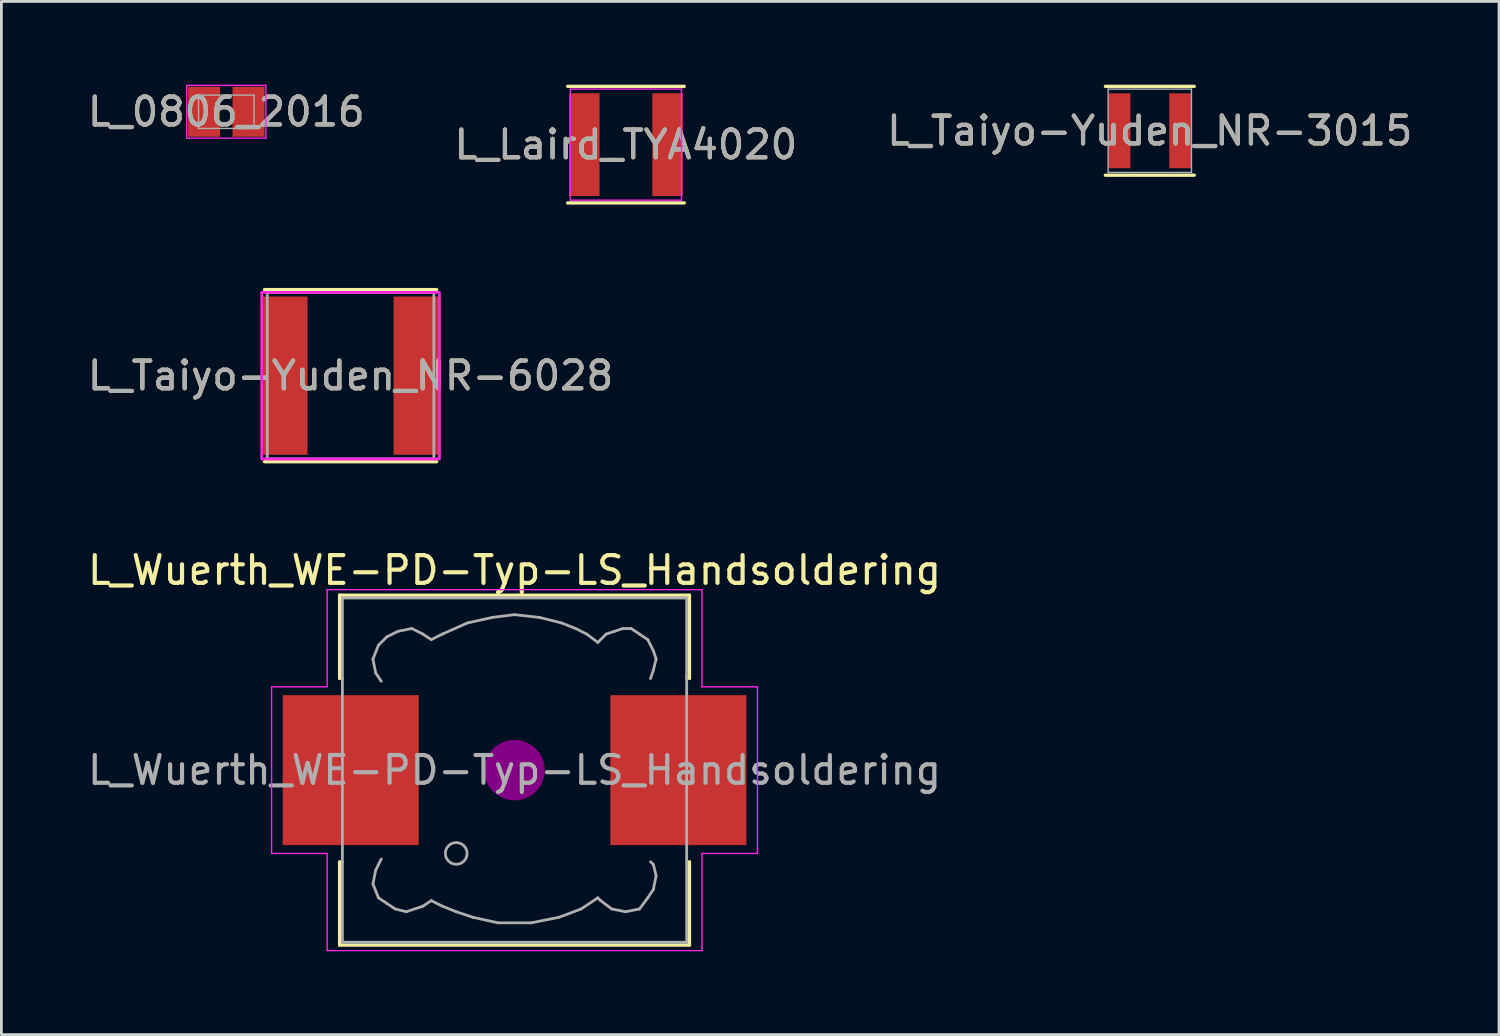
<source format=kicad_pcb>
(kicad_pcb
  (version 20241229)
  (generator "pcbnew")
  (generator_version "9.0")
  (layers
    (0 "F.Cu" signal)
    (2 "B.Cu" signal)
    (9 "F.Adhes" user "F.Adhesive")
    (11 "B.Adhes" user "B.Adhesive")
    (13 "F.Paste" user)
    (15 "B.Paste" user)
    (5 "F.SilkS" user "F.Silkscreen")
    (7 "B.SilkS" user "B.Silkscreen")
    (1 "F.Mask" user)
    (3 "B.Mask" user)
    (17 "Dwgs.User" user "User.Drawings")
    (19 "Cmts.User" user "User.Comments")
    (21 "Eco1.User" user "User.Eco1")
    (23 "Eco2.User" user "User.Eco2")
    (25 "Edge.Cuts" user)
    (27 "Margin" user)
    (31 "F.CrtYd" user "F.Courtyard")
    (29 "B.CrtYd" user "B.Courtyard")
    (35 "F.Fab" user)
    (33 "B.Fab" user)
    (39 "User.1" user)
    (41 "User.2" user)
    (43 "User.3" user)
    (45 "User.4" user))
  (footprint "L_Taiyo-Yuden_NR-3015"
    (layer "F.Cu")
    (at 38.363 1.66)
    (property "Reference" "L_Taiyo-Yuden_NR-3015" (at 0 0 0) (layer "F.SilkS") (effects (font (size 1 1) (thickness 0.15))))
    (attr smd)
    (fp_line (start -1.6 -1.6) (end 1.6 -1.6) (stroke (width 0.12) (type solid)) (layer "F.SilkS"))
    (fp_line (start -1.6 1.6) (end 1.6 1.6) (stroke (width 0.12) (type solid)) (layer "F.SilkS"))
    (fp_line (start -1.5 -1.5) (end -1.5 1.5) (stroke (width 0.05) (type solid)) (layer "F.Fab"))
    (fp_line (start -1.5 1.5) (end 1.5 1.5) (stroke (width 0.05) (type solid)) (layer "F.Fab"))
    (fp_line (start 1.5 -1.5) (end -1.5 -1.5) (stroke (width 0.05) (type solid)) (layer "F.Fab"))
    (fp_line (start 1.5 1.5) (end 1.5 -1.5) (stroke (width 0.05) (type solid)) (layer "F.Fab"))
    (fp_text user "${REFERENCE}" (at 0 0 0) (layer "F.Fab") (effects (font (size 1 1) (thickness 0.15))))
    (pad "1" smd rect (at -1.1 0) (size 0.8 2.7) (layers "F.Cu" "F.Mask" "F.Paste"))
    (pad "2" smd rect (at 1.1 0) (size 0.8 2.7) (layers "F.Cu" "F.Mask" "F.Paste")))
  (footprint "L_0806_2016"
    (layer "F.Cu")
    (at 5.101 0.975)
    (property "Reference" "L_0806_2016" (at 0 0 0) (layer "F.SilkS") (effects (font (size 1 1) (thickness 0.15))))
    (attr smd)
    (fp_line (start -1.425 -0.95) (end 1.425 -0.95) (stroke (width 0.05) (type solid)) (layer "F.CrtYd"))
    (fp_line (start -1.425 0.95) (end -1.425 -0.95) (stroke (width 0.05) (type solid)) (layer "F.CrtYd"))
    (fp_line (start 1.425 -0.95) (end 1.425 0.95) (stroke (width 0.05) (type solid)) (layer "F.CrtYd"))
    (fp_line (start 1.425 0.95) (end -1.425 0.95) (stroke (width 0.05) (type solid)) (layer "F.CrtYd"))
    (fp_line (start -1 -0.6) (end 1 -0.6) (stroke (width 0.05) (type solid)) (layer "F.Fab"))
    (fp_line (start -1 0.6) (end -1 -0.6) (stroke (width 0.05) (type solid)) (layer "F.Fab"))
    (fp_line (start 1 -0.6) (end 1 0.6) (stroke (width 0.05) (type solid)) (layer "F.Fab"))
    (fp_line (start 1 0.6) (end -1 0.6) (stroke (width 0.05) (type solid)) (layer "F.Fab"))
    (fp_text user "${REFERENCE}" (at 0 0 0) (layer "F.Fab") (effects (font (size 1 1) (thickness 0.15))))
    (pad "1" smd rect (at -0.8 0) (size 1.15 1.8) (layers "F.Cu" "F.Mask" "F.Paste"))
    (pad "2" smd rect (at 0.8 0) (size 1.15 1.8) (layers "F.Cu" "F.Mask" "F.Paste")))
  (footprint "L_Wuerth_WE-PD-Typ-LS_Handsoldering"
    (layer "F.Cu")
    (at 15.482 24.688)
    (property "Reference" "L_Wuerth_WE-PD-Typ-LS_Handsoldering" (at 0 -7.2 0) (layer "F.SilkS") (effects (font (size 1 1) (thickness 0.15))))
    (attr smd)
    (fp_line (start -6.3 -6.3) (end 6.3 -6.3) (stroke (width 0.12) (type solid)) (layer "F.SilkS"))
    (fp_line (start -6.3 -3.3) (end -6.3 -6.3) (stroke (width 0.12) (type solid)) (layer "F.SilkS"))
    (fp_line (start -6.3 6.3) (end -6.3 3.3) (stroke (width 0.12) (type solid)) (layer "F.SilkS"))
    (fp_line (start 6.3 -6.3) (end 6.3 -3.3) (stroke (width 0.12) (type solid)) (layer "F.SilkS"))
    (fp_line (start 6.3 3.3) (end 6.3 6.3) (stroke (width 0.12) (type solid)) (layer "F.SilkS"))
    (fp_line (start 6.3 6.3) (end -6.3 6.3) (stroke (width 0.12) (type solid)) (layer "F.SilkS"))
    (fp_circle (center 0 0) (end 0.15 0.15) (stroke (width 0.38) (type solid)) (fill no) (layer "F.Adhes"))
    (fp_circle (center 0 0) (end 0.55 0) (stroke (width 0.38) (type solid)) (fill no) (layer "F.Adhes"))
    (fp_circle (center 0 0) (end 0.9 0) (stroke (width 0.38) (type solid)) (fill no) (layer "F.Adhes"))
    (fp_line (start -8.75 -3) (end -6.75 -3) (stroke (width 0.05) (type solid)) (layer "F.CrtYd"))
    (fp_line (start -8.75 3) (end -8.75 -3) (stroke (width 0.05) (type solid)) (layer "F.CrtYd"))
    (fp_line (start -6.75 -6.5) (end 6.75 -6.5) (stroke (width 0.05) (type solid)) (layer "F.CrtYd"))
    (fp_line (start -6.75 -3) (end -6.75 -6.5) (stroke (width 0.05) (type solid)) (layer "F.CrtYd"))
    (fp_line (start -6.75 3) (end -8.75 3) (stroke (width 0.05) (type solid)) (layer "F.CrtYd"))
    (fp_line (start -6.75 6.5) (end -6.75 3) (stroke (width 0.05) (type solid)) (layer "F.CrtYd"))
    (fp_line (start 6.75 -6.5) (end 6.75 -3) (stroke (width 0.05) (type solid)) (layer "F.CrtYd"))
    (fp_line (start 6.75 -3) (end 8.75 -3) (stroke (width 0.05) (type solid)) (layer "F.CrtYd"))
    (fp_line (start 6.75 3) (end 6.75 6.5) (stroke (width 0.05) (type solid)) (layer "F.CrtYd"))
    (fp_line (start 6.75 6.5) (end -6.75 6.5) (stroke (width 0.05) (type solid)) (layer "F.CrtYd"))
    (fp_line (start 8.75 -3) (end 8.75 3) (stroke (width 0.05) (type solid)) (layer "F.CrtYd"))
    (fp_line (start 8.75 3) (end 6.75 3) (stroke (width 0.05) (type solid)) (layer "F.CrtYd"))
    (fp_line (start -6.2 -6.2) (end -6.2 -3.3) (stroke (width 0.1) (type solid)) (layer "F.Fab"))
    (fp_line (start -6.2 -3.3) (end -6.2 3.3) (stroke (width 0.1) (type solid)) (layer "F.Fab"))
    (fp_line (start -6.2 3.3) (end -6.2 6.2) (stroke (width 0.1) (type solid)) (layer "F.Fab"))
    (fp_line (start -6.2 6.2) (end 6.2 6.2) (stroke (width 0.1) (type solid)) (layer "F.Fab"))
    (fp_line (start -5.1 -4) (end -5 -3.5) (stroke (width 0.1) (type solid)) (layer "F.Fab"))
    (fp_line (start -5.1 4.1) (end -5 3.6) (stroke (width 0.1) (type solid)) (layer "F.Fab"))
    (fp_line (start -5 -3.5) (end -4.8 -3.2) (stroke (width 0.1) (type solid)) (layer "F.Fab"))
    (fp_line (start -5 3.6) (end -4.8 3.2) (stroke (width 0.1) (type solid)) (layer "F.Fab"))
    (fp_line (start -4.9 -4.5) (end -5.1 -4) (stroke (width 0.1) (type solid)) (layer "F.Fab"))
    (fp_line (start -4.9 4.6) (end -5.1 4.1) (stroke (width 0.1) (type solid)) (layer "F.Fab"))
    (fp_line (start -4.6 -4.8) (end -4.9 -4.5) (stroke (width 0.1) (type solid)) (layer "F.Fab"))
    (fp_line (start -4.6 4.8) (end -4.9 4.6) (stroke (width 0.1) (type solid)) (layer "F.Fab"))
    (fp_line (start -4.3 5) (end -4.6 4.8) (stroke (width 0.1) (type solid)) (layer "F.Fab"))
    (fp_line (start -4.2 -5) (end -4.6 -4.8) (stroke (width 0.1) (type solid)) (layer "F.Fab"))
    (fp_line (start -3.9 5.1) (end -4.3 5) (stroke (width 0.1) (type solid)) (layer "F.Fab"))
    (fp_line (start -3.7 -5.1) (end -4.2 -5) (stroke (width 0.1) (type solid)) (layer "F.Fab"))
    (fp_line (start -3.3 -4.9) (end -3.7 -5.1) (stroke (width 0.1) (type solid)) (layer "F.Fab"))
    (fp_line (start -3.3 4.9) (end -3.9 5.1) (stroke (width 0.1) (type solid)) (layer "F.Fab"))
    (fp_line (start -3 -4.7) (end -3.3 -4.9) (stroke (width 0.1) (type solid)) (layer "F.Fab"))
    (fp_line (start -3 4.7) (end -3.3 4.9) (stroke (width 0.1) (type solid)) (layer "F.Fab"))
    (fp_line (start -2.6 -4.9) (end -3 -4.7) (stroke (width 0.1) (type solid)) (layer "F.Fab"))
    (fp_line (start -2.6 4.9) (end -3 4.7) (stroke (width 0.1) (type solid)) (layer "F.Fab"))
    (fp_line (start -2.1 5.1) (end -2.6 4.9) (stroke (width 0.1) (type solid)) (layer "F.Fab"))
    (fp_line (start -1.7 -5.3) (end -2.6 -4.9) (stroke (width 0.1) (type solid)) (layer "F.Fab"))
    (fp_line (start -1.5 5.3) (end -2.1 5.1) (stroke (width 0.1) (type solid)) (layer "F.Fab"))
    (fp_line (start -0.8 -5.5) (end -1.7 -5.3) (stroke (width 0.1) (type solid)) (layer "F.Fab"))
    (fp_line (start -0.6 5.5) (end -1.5 5.3) (stroke (width 0.1) (type solid)) (layer "F.Fab"))
    (fp_line (start 0 -5.6) (end -0.8 -5.5) (stroke (width 0.1) (type solid)) (layer "F.Fab"))
    (fp_line (start 0.6 5.5) (end -0.6 5.5) (stroke (width 0.1) (type solid)) (layer "F.Fab"))
    (fp_line (start 0.9 -5.5) (end 0 -5.6) (stroke (width 0.1) (type solid)) (layer "F.Fab"))
    (fp_line (start 1.6 5.3) (end 0.6 5.5) (stroke (width 0.1) (type solid)) (layer "F.Fab"))
    (fp_line (start 1.7 -5.3) (end 0.9 -5.5) (stroke (width 0.1) (type solid)) (layer "F.Fab"))
    (fp_line (start 2.2 -5.1) (end 1.7 -5.3) (stroke (width 0.1) (type solid)) (layer "F.Fab"))
    (fp_line (start 2.4 5) (end 1.6 5.3) (stroke (width 0.1) (type solid)) (layer "F.Fab"))
    (fp_line (start 2.6 -4.9) (end 2.2 -5.1) (stroke (width 0.1) (type solid)) (layer "F.Fab"))
    (fp_line (start 3 -4.6) (end 2.6 -4.9) (stroke (width 0.1) (type solid)) (layer "F.Fab"))
    (fp_line (start 3 4.6) (end 2.4 5) (stroke (width 0.1) (type solid)) (layer "F.Fab"))
    (fp_line (start 3.1 4.7) (end 3 4.6) (stroke (width 0.1) (type solid)) (layer "F.Fab"))
    (fp_line (start 3.3 -4.9) (end 3 -4.6) (stroke (width 0.1) (type solid)) (layer "F.Fab"))
    (fp_line (start 3.5 5) (end 3.1 4.7) (stroke (width 0.1) (type solid)) (layer "F.Fab"))
    (fp_line (start 3.6 -5) (end 3.3 -4.9) (stroke (width 0.1) (type solid)) (layer "F.Fab"))
    (fp_line (start 3.9 -5.1) (end 3.6 -5) (stroke (width 0.1) (type solid)) (layer "F.Fab"))
    (fp_line (start 4 5.1) (end 3.5 5) (stroke (width 0.1) (type solid)) (layer "F.Fab"))
    (fp_line (start 4.2 -5.1) (end 3.9 -5.1) (stroke (width 0.1) (type solid)) (layer "F.Fab"))
    (fp_line (start 4.5 -4.9) (end 4.2 -5.1) (stroke (width 0.1) (type solid)) (layer "F.Fab"))
    (fp_line (start 4.5 5) (end 4 5.1) (stroke (width 0.1) (type solid)) (layer "F.Fab"))
    (fp_line (start 4.8 -4.7) (end 4.5 -4.9) (stroke (width 0.1) (type solid)) (layer "F.Fab"))
    (fp_line (start 4.8 4.6) (end 4.5 5) (stroke (width 0.1) (type solid)) (layer "F.Fab"))
    (fp_line (start 4.9 -3.3) (end 5 -3.6) (stroke (width 0.1) (type solid)) (layer "F.Fab"))
    (fp_line (start 4.9 3.3) (end 5 3.4) (stroke (width 0.1) (type solid)) (layer "F.Fab"))
    (fp_line (start 5 -4.3) (end 4.8 -4.7) (stroke (width 0.1) (type solid)) (layer "F.Fab"))
    (fp_line (start 5 -3.6) (end 5.1 -4) (stroke (width 0.1) (type solid)) (layer "F.Fab"))
    (fp_line (start 5 3.4) (end 5.1 3.8) (stroke (width 0.1) (type solid)) (layer "F.Fab"))
    (fp_line (start 5 4.3) (end 4.8 4.6) (stroke (width 0.1) (type solid)) (layer "F.Fab"))
    (fp_line (start 5.1 -4) (end 5 -4.3) (stroke (width 0.1) (type solid)) (layer "F.Fab"))
    (fp_line (start 5.1 3.8) (end 5 4.3) (stroke (width 0.1) (type solid)) (layer "F.Fab"))
    (fp_line (start 6.2 -6.2) (end -6.2 -6.2) (stroke (width 0.1) (type solid)) (layer "F.Fab"))
    (fp_line (start 6.2 -6.2) (end 6.2 -3.3) (stroke (width 0.1) (type solid)) (layer "F.Fab"))
    (fp_line (start 6.2 3.3) (end 6.2 -3.4) (stroke (width 0.1) (type solid)) (layer "F.Fab"))
    (fp_line (start 6.2 6.2) (end 6.2 3.3) (stroke (width 0.1) (type solid)) (layer "F.Fab"))
    (fp_circle (center -2.1 3) (end -1.8 3.25) (stroke (width 0.1) (type solid)) (fill no) (layer "F.Fab"))
    (fp_text user "${REFERENCE}" (at 0 0 0) (layer "F.Fab") (effects (font (size 1 1) (thickness 0.15))))
    (pad "1" smd rect (at -5.9 0) (size 4.9 5.4) (layers "F.Cu" "F.Mask" "F.Paste"))
    (pad "2" smd rect (at 5.9 0) (size 4.9 5.4) (layers "F.Cu" "F.Mask" "F.Paste")))
  (footprint "L_Taiyo-Yuden_NR-6028"
    (layer "F.Cu")
    (at 9.577 10.48)
    (property "Reference" "L_Taiyo-Yuden_NR-6028" (at 0 0 0) (layer "F.SilkS") (effects (font (size 1 1) (thickness 0.15))))
    (attr smd)
    (fp_line (start -3.1 -3.1) (end 3.1 -3.1) (stroke (width 0.12) (type solid)) (layer "F.SilkS"))
    (fp_line (start -3.1 3.1) (end 3.1 3.1) (stroke (width 0.12) (type solid)) (layer "F.SilkS"))
    (fp_rect (start -3.2 -3) (end 3.2 3) (stroke (width 0.1) (type default)) (fill no) (layer "F.CrtYd"))
    (fp_line (start -3 -3) (end -3 3) (stroke (width 0.1) (type solid)) (layer "F.Fab"))
    (fp_line (start -3 3) (end 3 3) (stroke (width 0.1) (type solid)) (layer "F.Fab"))
    (fp_line (start 3 -3) (end -3 -3) (stroke (width 0.1) (type solid)) (layer "F.Fab"))
    (fp_line (start 3 3) (end 3 -3) (stroke (width 0.1) (type solid)) (layer "F.Fab"))
    (fp_text user "${REFERENCE}" (at 0 0 0) (layer "F.Fab") (effects (font (size 1 1) (thickness 0.15))))
    (pad "1" smd rect (at -2.35 0) (size 1.6 5.7) (layers "F.Cu" "F.Mask" "F.Paste"))
    (pad "2" smd rect (at 2.35 0) (size 1.6 5.7) (layers "F.Cu" "F.Mask" "F.Paste")))
  (footprint "L_Laird_TYA4020"
    (layer "F.Cu")
    (at 19.494 2.16)
    (property "Reference" "L_Laird_TYA4020" (at 0 0 0) (layer "F.SilkS") (effects (font (size 1 1) (thickness 0.15))))
    (attr smd)
    (fp_line (start -2.1 -2.1) (end 2.1 -2.1) (stroke (width 0.12) (type solid)) (layer "F.SilkS"))
    (fp_line (start -2.1 2.1) (end 2.1 2.1) (stroke (width 0.12) (type solid)) (layer "F.SilkS"))
    (fp_line (start -2 -2) (end -2 2) (stroke (width 0.05) (type solid)) (layer "F.CrtYd"))
    (fp_line (start -2 2) (end 2 2) (stroke (width 0.05) (type solid)) (layer "F.CrtYd"))
    (fp_line (start 2 -2) (end -2 -2) (stroke (width 0.05) (type solid)) (layer "F.CrtYd"))
    (fp_line (start 2 -2) (end 2 2) (stroke (width 0.05) (type solid)) (layer "F.CrtYd"))
    (fp_text user "${REFERENCE}" (at 0 0 0) (layer "F.Fab") (effects (font (size 1 1) (thickness 0.15))))
    (pad "1" smd rect (at -1.5 0) (size 1.1 3.7) (layers "F.Cu" "F.Mask" "F.Paste"))
    (pad "2" smd rect (at 1.5 0) (size 1.1 3.7) (layers "F.Cu" "F.Mask" "F.Paste")))
  (gr_rect
    (start -3 -3)
    (end 50.94 34.213)
    (stroke (width 0.1) (type default))
    (fill no)
    (layer "Edge.Cuts")))
</source>
